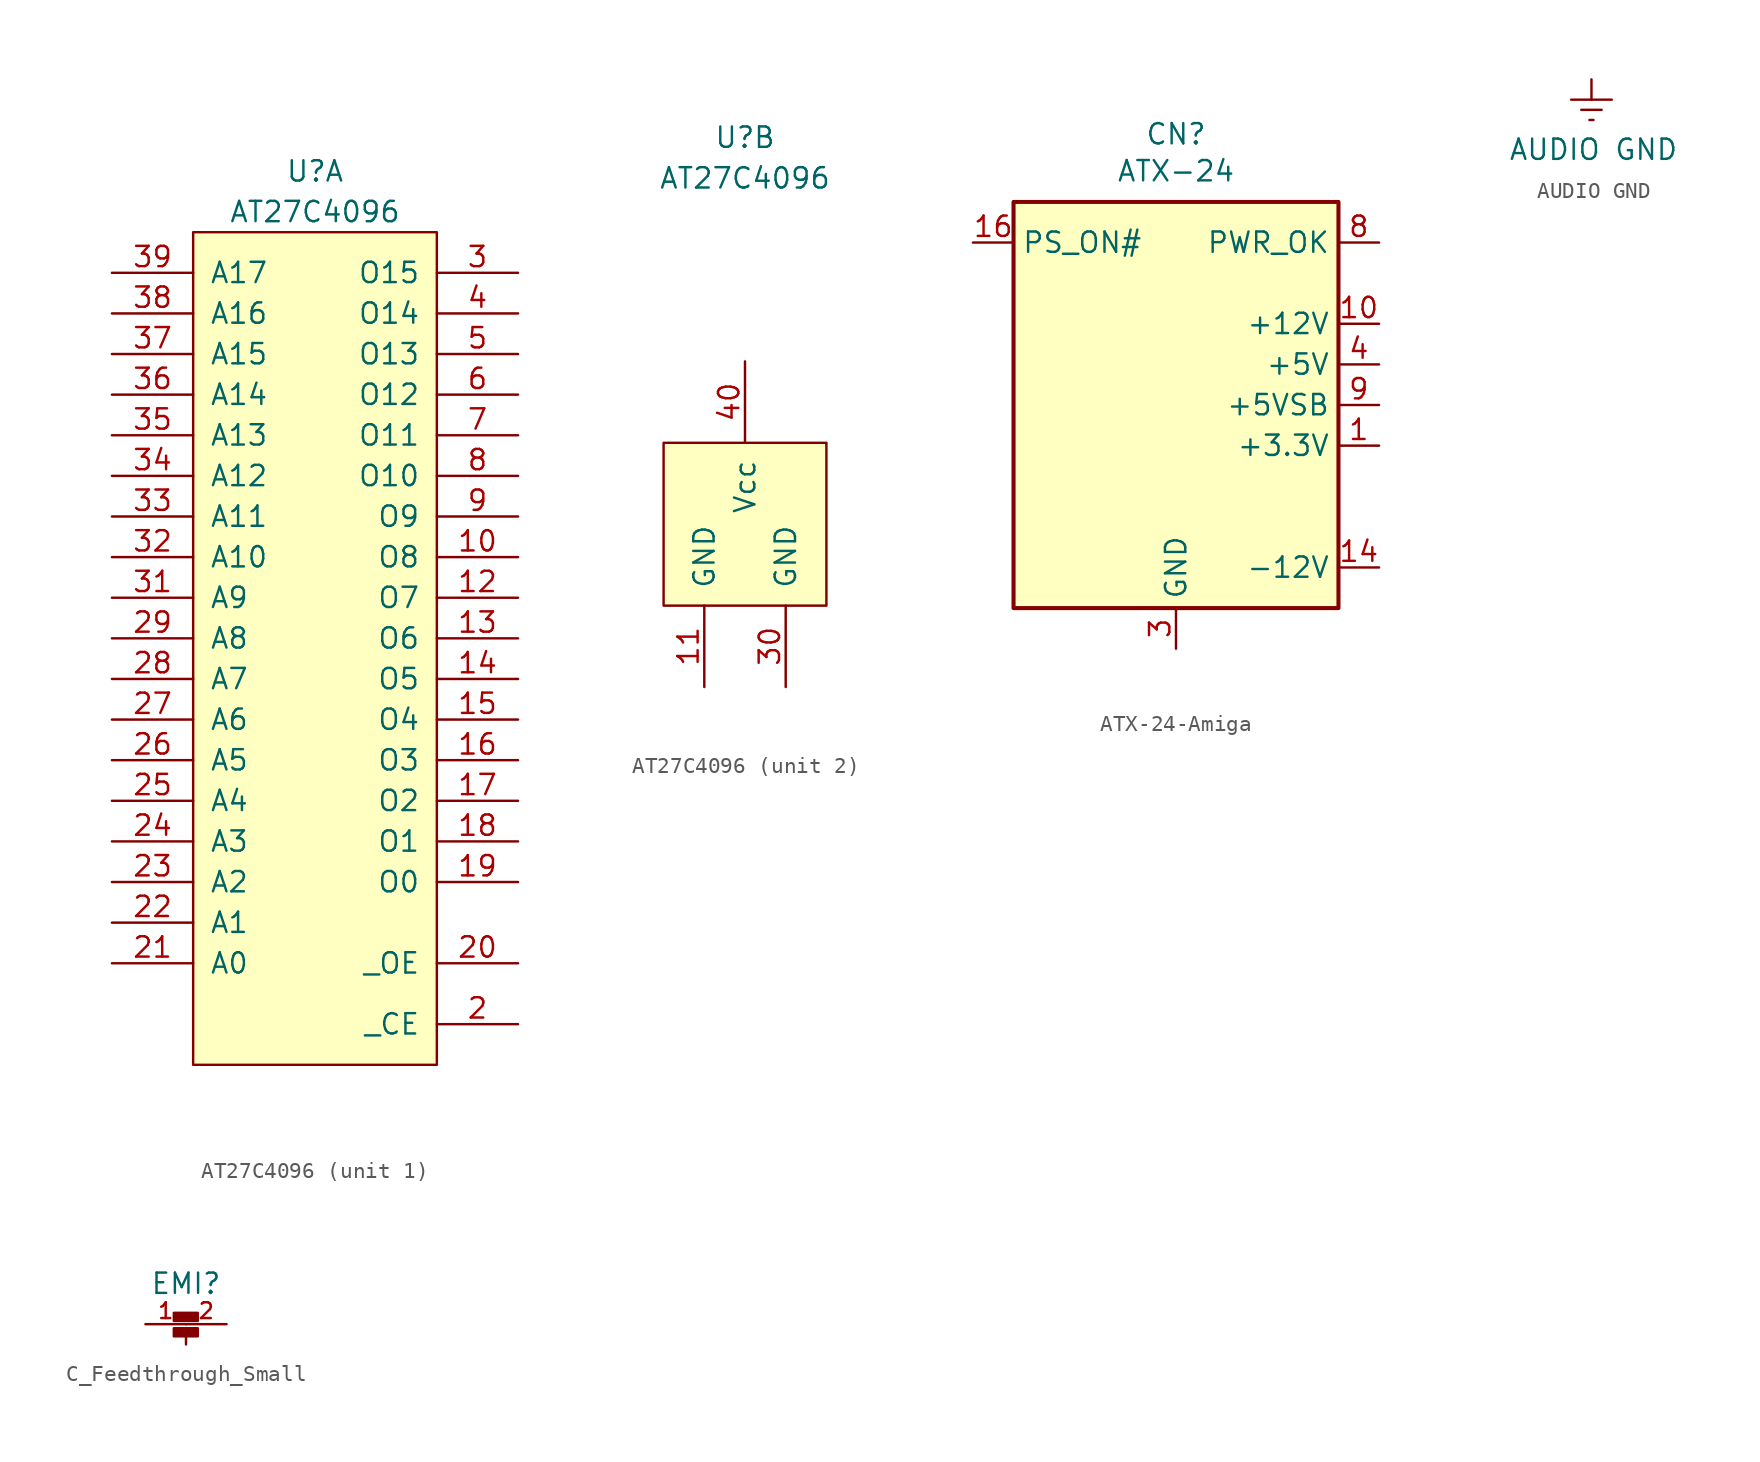
<source format=kicad_sym>
(kicad_symbol_lib
  (version 20231120)
  (generator "kicad_symbol_editor")
  (generator_version "8.0")
  (symbol "AT27C4096"
    (pin_names
      (offset 1.016))
    (property "Reference" "U"
      (at 0 24.13 0)
      (effects (font (size 1.27 1.27))))
    (property "Value" "AT27C4096"
      (at 0 21.59 0)
      (effects (font (size 1.27 1.27))))
    (property "ki_locked" ""
      (at 0 0 0)
      (effects (font (size 1.27 1.27))))
    (symbol "AT27C4096_1_1"
      (rectangle (start -7.62 20.32) (end 7.62 -31.75) (stroke (width 0) (type solid)) (fill (type background)))
      (pin input line (at 12.7 0 180) (length 5.08) (name "O8" (effects (font (size 1.27 1.27)))) (number "10" (effects (font (size 1.27 1.27)))))
      (pin input line (at 12.7 -2.54 180) (length 5.08) (name "O7" (effects (font (size 1.27 1.27)))) (number "12" (effects (font (size 1.27 1.27)))))
      (pin input line (at 12.7 -5.08 180) (length 5.08) (name "O6" (effects (font (size 1.27 1.27)))) (number "13" (effects (font (size 1.27 1.27)))))
      (pin input line (at 12.7 -7.62 180) (length 5.08) (name "O5" (effects (font (size 1.27 1.27)))) (number "14" (effects (font (size 1.27 1.27)))))
      (pin input line (at 12.7 -10.16 180) (length 5.08) (name "O4" (effects (font (size 1.27 1.27)))) (number "15" (effects (font (size 1.27 1.27)))))
      (pin input line (at 12.7 -12.7 180) (length 5.08) (name "O3" (effects (font (size 1.27 1.27)))) (number "16" (effects (font (size 1.27 1.27)))))
      (pin input line (at 12.7 -15.24 180) (length 5.08) (name "O2" (effects (font (size 1.27 1.27)))) (number "17" (effects (font (size 1.27 1.27)))))
      (pin input line (at 12.7 -17.78 180) (length 5.08) (name "O1" (effects (font (size 1.27 1.27)))) (number "18" (effects (font (size 1.27 1.27)))))
      (pin input line (at 12.7 -20.32 180) (length 5.08) (name "O0" (effects (font (size 1.27 1.27)))) (number "19" (effects (font (size 1.27 1.27)))))
      (pin input line (at 12.7 -29.21 180) (length 5.08) (name "_CE" (effects (font (size 1.27 1.27)))) (number "2" (effects (font (size 1.27 1.27)))))
      (pin input line (at 12.7 -25.4 180) (length 5.08) (name "_OE" (effects (font (size 1.27 1.27)))) (number "20" (effects (font (size 1.27 1.27)))))
      (pin input line (at -12.7 -25.4 0) (length 5.08) (name "A0" (effects (font (size 1.27 1.27)))) (number "21" (effects (font (size 1.27 1.27)))))
      (pin input line (at -12.7 -22.86 0) (length 5.08) (name "A1" (effects (font (size 1.27 1.27)))) (number "22" (effects (font (size 1.27 1.27)))))
      (pin input line (at -12.7 -20.32 0) (length 5.08) (name "A2" (effects (font (size 1.27 1.27)))) (number "23" (effects (font (size 1.27 1.27)))))
      (pin input line (at -12.7 -17.78 0) (length 5.08) (name "A3" (effects (font (size 1.27 1.27)))) (number "24" (effects (font (size 1.27 1.27)))))
      (pin input line (at -12.7 -15.24 0) (length 5.08) (name "A4" (effects (font (size 1.27 1.27)))) (number "25" (effects (font (size 1.27 1.27)))))
      (pin input line (at -12.7 -12.7 0) (length 5.08) (name "A5" (effects (font (size 1.27 1.27)))) (number "26" (effects (font (size 1.27 1.27)))))
      (pin input line (at -12.7 -10.16 0) (length 5.08) (name "A6" (effects (font (size 1.27 1.27)))) (number "27" (effects (font (size 1.27 1.27)))))
      (pin input line (at -12.7 -7.62 0) (length 5.08) (name "A7" (effects (font (size 1.27 1.27)))) (number "28" (effects (font (size 1.27 1.27)))))
      (pin input line (at -12.7 -5.08 0) (length 5.08) (name "A8" (effects (font (size 1.27 1.27)))) (number "29" (effects (font (size 1.27 1.27)))))
      (pin input line (at 12.7 17.78 180) (length 5.08) (name "O15" (effects (font (size 1.27 1.27)))) (number "3" (effects (font (size 1.27 1.27)))))
      (pin input line (at -12.7 -2.54 0) (length 5.08) (name "A9" (effects (font (size 1.27 1.27)))) (number "31" (effects (font (size 1.27 1.27)))))
      (pin input line (at -12.7 0 0) (length 5.08) (name "A10" (effects (font (size 1.27 1.27)))) (number "32" (effects (font (size 1.27 1.27)))))
      (pin input line (at -12.7 2.54 0) (length 5.08) (name "A11" (effects (font (size 1.27 1.27)))) (number "33" (effects (font (size 1.27 1.27)))))
      (pin input line (at -12.7 5.08 0) (length 5.08) (name "A12" (effects (font (size 1.27 1.27)))) (number "34" (effects (font (size 1.27 1.27)))))
      (pin input line (at -12.7 7.62 0) (length 5.08) (name "A13" (effects (font (size 1.27 1.27)))) (number "35" (effects (font (size 1.27 1.27)))))
      (pin input line (at -12.7 10.16 0) (length 5.08) (name "A14" (effects (font (size 1.27 1.27)))) (number "36" (effects (font (size 1.27 1.27)))))
      (pin input line (at -12.7 12.7 0) (length 5.08) (name "A15" (effects (font (size 1.27 1.27)))) (number "37" (effects (font (size 1.27 1.27)))))
      (pin input line (at -12.7 15.24 0) (length 5.08) (name "A16" (effects (font (size 1.27 1.27)))) (number "38" (effects (font (size 1.27 1.27)))))
      (pin input line (at -12.7 17.78 0) (length 5.08) (name "A17" (effects (font (size 1.27 1.27)))) (number "39" (effects (font (size 1.27 1.27)))))
      (pin input line (at 12.7 15.24 180) (length 5.08) (name "O14" (effects (font (size 1.27 1.27)))) (number "4" (effects (font (size 1.27 1.27)))))
      (pin input line (at 12.7 12.7 180) (length 5.08) (name "O13" (effects (font (size 1.27 1.27)))) (number "5" (effects (font (size 1.27 1.27)))))
      (pin input line (at 12.7 10.16 180) (length 5.08) (name "O12" (effects (font (size 1.27 1.27)))) (number "6" (effects (font (size 1.27 1.27)))))
      (pin input line (at 12.7 7.62 180) (length 5.08) (name "O11" (effects (font (size 1.27 1.27)))) (number "7" (effects (font (size 1.27 1.27)))))
      (pin input line (at 12.7 5.08 180) (length 5.08) (name "O10" (effects (font (size 1.27 1.27)))) (number "8" (effects (font (size 1.27 1.27)))))
      (pin input line (at 12.7 2.54 180) (length 5.08) (name "O9" (effects (font (size 1.27 1.27)))) (number "9" (effects (font (size 1.27 1.27))))))
    (symbol "AT27C4096_2_1"
      (rectangle (start -5.08 5.08) (end 5.08 -5.08) (stroke (width 0) (type solid)) (fill (type background)))
      (pin power_in line (at -2.54 -10.16 90) (length 5.08) (name "GND" (effects (font (size 1.27 1.27)))) (number "11" (effects (font (size 1.27 1.27)))))
      (pin power_in line (at 2.54 -10.16 90) (length 5.08) (name "GND" (effects (font (size 1.27 1.27)))) (number "30" (effects (font (size 1.27 1.27)))))
      (pin power_in line (at 0 10.16 270) (length 5.08) (name "Vcc" (effects (font (size 1.27 1.27)))) (number "40" (effects (font (size 1.27 1.27)))))))
  (symbol "ATX-24-Amiga"
    (property "Reference" "CN"
      (at 0 16.942 0)
      (effects (font (size 1.27 1.27))))
    (property "Value" "ATX-24"
      (at 0 14.63 0)
      (effects (font (size 1.27 1.27))))
    (symbol "ATX-24-Amiga_0_0"
      (pin power_out line (at 12.7 -2.54 180) (length 2.54) (name "+3.3V" (effects (font (size 1.27 1.27)))) (number "1" (effects (font (size 1.27 1.27)))))
      (pin power_out line (at 12.7 -2.54 180) (length 2.54) hide (name "+3.3V" (effects (font (size 1.27 1.27)))) (number "13" (effects (font (size 1.27 1.27)))))
      (pin power_out line (at 12.7 -2.54 180) (length 2.54) hide (name "+3.3V" (effects (font (size 1.27 1.27)))) (number "2" (effects (font (size 1.27 1.27))))))
    (symbol "ATX-24-Amiga_0_1"
      (rectangle (start -10.16 12.7) (end 10.16 -12.7) (stroke (width 0.254) (type default)) (fill (type background))))
    (symbol "ATX-24-Amiga_1_0"
      (pin power_out line (at 12.7 -2.54 180) (length 2.54) hide (name "+3.3V" (effects (font (size 1.27 1.27)))) (number "12" (effects (font (size 1.27 1.27))))))
    (symbol "ATX-24-Amiga_1_1"
      (pin power_out line (at 12.7 5.08 180) (length 2.54) (name "+12V" (effects (font (size 1.27 1.27)))) (number "10" (effects (font (size 1.27 1.27)))))
      (pin passive line (at 12.7 5.08 180) (length 2.54) hide (name "+12V" (effects (font (size 1.27 1.27)))) (number "11" (effects (font (size 1.27 1.27)))))
      (pin power_out line (at 12.7 -10.16 180) (length 2.54) (name "-12V" (effects (font (size 1.27 1.27)))) (number "14" (effects (font (size 1.27 1.27)))))
      (pin passive line (at 0 -15.24 90) (length 2.54) hide (name "GND" (effects (font (size 1.27 1.27)))) (number "15" (effects (font (size 1.27 1.27)))))
      (pin open_collector line (at -12.7 10.16 0) (length 2.54) (name "PS_ON#" (effects (font (size 1.27 1.27)))) (number "16" (effects (font (size 1.27 1.27)))))
      (pin passive line (at 0 -15.24 90) (length 2.54) hide (name "GND" (effects (font (size 1.27 1.27)))) (number "17" (effects (font (size 1.27 1.27)))))
      (pin passive line (at 0 -15.24 90) (length 2.54) hide (name "GND" (effects (font (size 1.27 1.27)))) (number "18" (effects (font (size 1.27 1.27)))))
      (pin passive line (at 0 -15.24 90) (length 2.54) hide (name "GND" (effects (font (size 1.27 1.27)))) (number "19" (effects (font (size 1.27 1.27)))))
      (pin no_connect line (at -10.16 0 0) (length 2.54) hide (name "NC" (effects (font (size 1.27 1.27)))) (number "20" (effects (font (size 1.27 1.27)))))
      (pin passive line (at 12.7 2.54 180) (length 2.54) hide (name "+5V" (effects (font (size 1.27 1.27)))) (number "21" (effects (font (size 1.27 1.27)))))
      (pin passive line (at 12.7 2.54 180) (length 2.54) hide (name "+5V" (effects (font (size 1.27 1.27)))) (number "22" (effects (font (size 1.27 1.27)))))
      (pin passive line (at 12.7 2.54 180) (length 2.54) hide (name "+5V" (effects (font (size 1.27 1.27)))) (number "23" (effects (font (size 1.27 1.27)))))
      (pin passive line (at 0 -15.24 90) (length 2.54) hide (name "GND" (effects (font (size 1.27 1.27)))) (number "24" (effects (font (size 1.27 1.27)))))
      (pin power_out line (at 0 -15.24 90) (length 2.54) (name "GND" (effects (font (size 1.27 1.27)))) (number "3" (effects (font (size 1.27 1.27)))))
      (pin power_out line (at 12.7 2.54 180) (length 2.54) (name "+5V" (effects (font (size 1.27 1.27)))) (number "4" (effects (font (size 1.27 1.27)))))
      (pin passive line (at 0 -15.24 90) (length 2.54) hide (name "GND" (effects (font (size 1.27 1.27)))) (number "5" (effects (font (size 1.27 1.27)))))
      (pin passive line (at 12.7 2.54 180) (length 2.54) hide (name "+5V" (effects (font (size 1.27 1.27)))) (number "6" (effects (font (size 1.27 1.27)))))
      (pin passive line (at 0 -15.24 90) (length 2.54) hide (name "GND" (effects (font (size 1.27 1.27)))) (number "7" (effects (font (size 1.27 1.27)))))
      (pin output line (at 12.7 10.16 180) (length 2.54) (name "PWR_OK" (effects (font (size 1.27 1.27)))) (number "8" (effects (font (size 1.27 1.27)))))
      (pin power_out line (at 12.7 0 180) (length 2.54) (name "+5VSB" (effects (font (size 1.27 1.27)))) (number "9" (effects (font (size 1.27 1.27)))))))
  (symbol "AUDIO GND"
    (power)
    (pin_names
      (offset 0))
    (property "Reference" "#PWR046"
      (at 0 -6.35 0)
      (effects (font (size 1.27 1.27)) (hide yes)))
    (property "Value" "AUDIO GND"
      (at 0.127 -4.394 0)
      (effects (font (size 1.27 1.27))))
    (symbol "AUDIO GND_0_1"
      (polyline (pts (xy -0.635 -1.905) (xy 0.635 -1.905)) (stroke (width 0) (type solid)) (fill (type none)))
      (polyline (pts (xy -0.127 -2.54) (xy 0.127 -2.54)) (stroke (width 0) (type solid)) (fill (type none)))
      (polyline (pts (xy 0 -1.27) (xy 0 0)) (stroke (width 0) (type solid)) (fill (type none)))
      (polyline (pts (xy 1.27 -1.27) (xy -1.27 -1.27)) (stroke (width 0) (type solid)) (fill (type none))))
    (symbol "AUDIO GND_1_1"
      (pin power_in line (at 0 0 270) (length 0) hide (name "AUDIO" (effects (font (size 1.27 1.27)))) (number "1" (effects (font (size 1.27 1.27)))))))
  (symbol "C_Feedthrough_Small"
    (pin_names
      (offset 0.254) hide)
    (property "Reference" "EMI"
      (at 0 2.54 0)
      (effects (font (size 1.27 1.27))))
    (symbol "C_Feedthrough_Small_0_1"
      (rectangle (start -0.762 -0.762) (end 0.737 -0.254) (stroke (width 0) (type solid)) (fill (type outline)))
      (rectangle (start 0.737 0.203) (end -0.762 0.711) (stroke (width 0) (type solid)) (fill (type outline))))
    (symbol "C_Feedthrough_Small_1_1"
      (pin passive line (at -2.54 0 0) (length 2.54) (name "1" (effects (font (size 0.991 0.991)))) (number "1" (effects (font (size 0.991 0.991)))))
      (pin passive line (at 2.54 0 180) (length 2.54) (name "2" (effects (font (size 0.991 0.991)))) (number "2" (effects (font (size 0.991 0.991)))))
      (pin passive line (at 0 -1.27 90) (length 0.991) (name "3" (effects (font (size 0.991 0.991)))) (number "3" (effects (font (size 0 0))))))))
</source>
